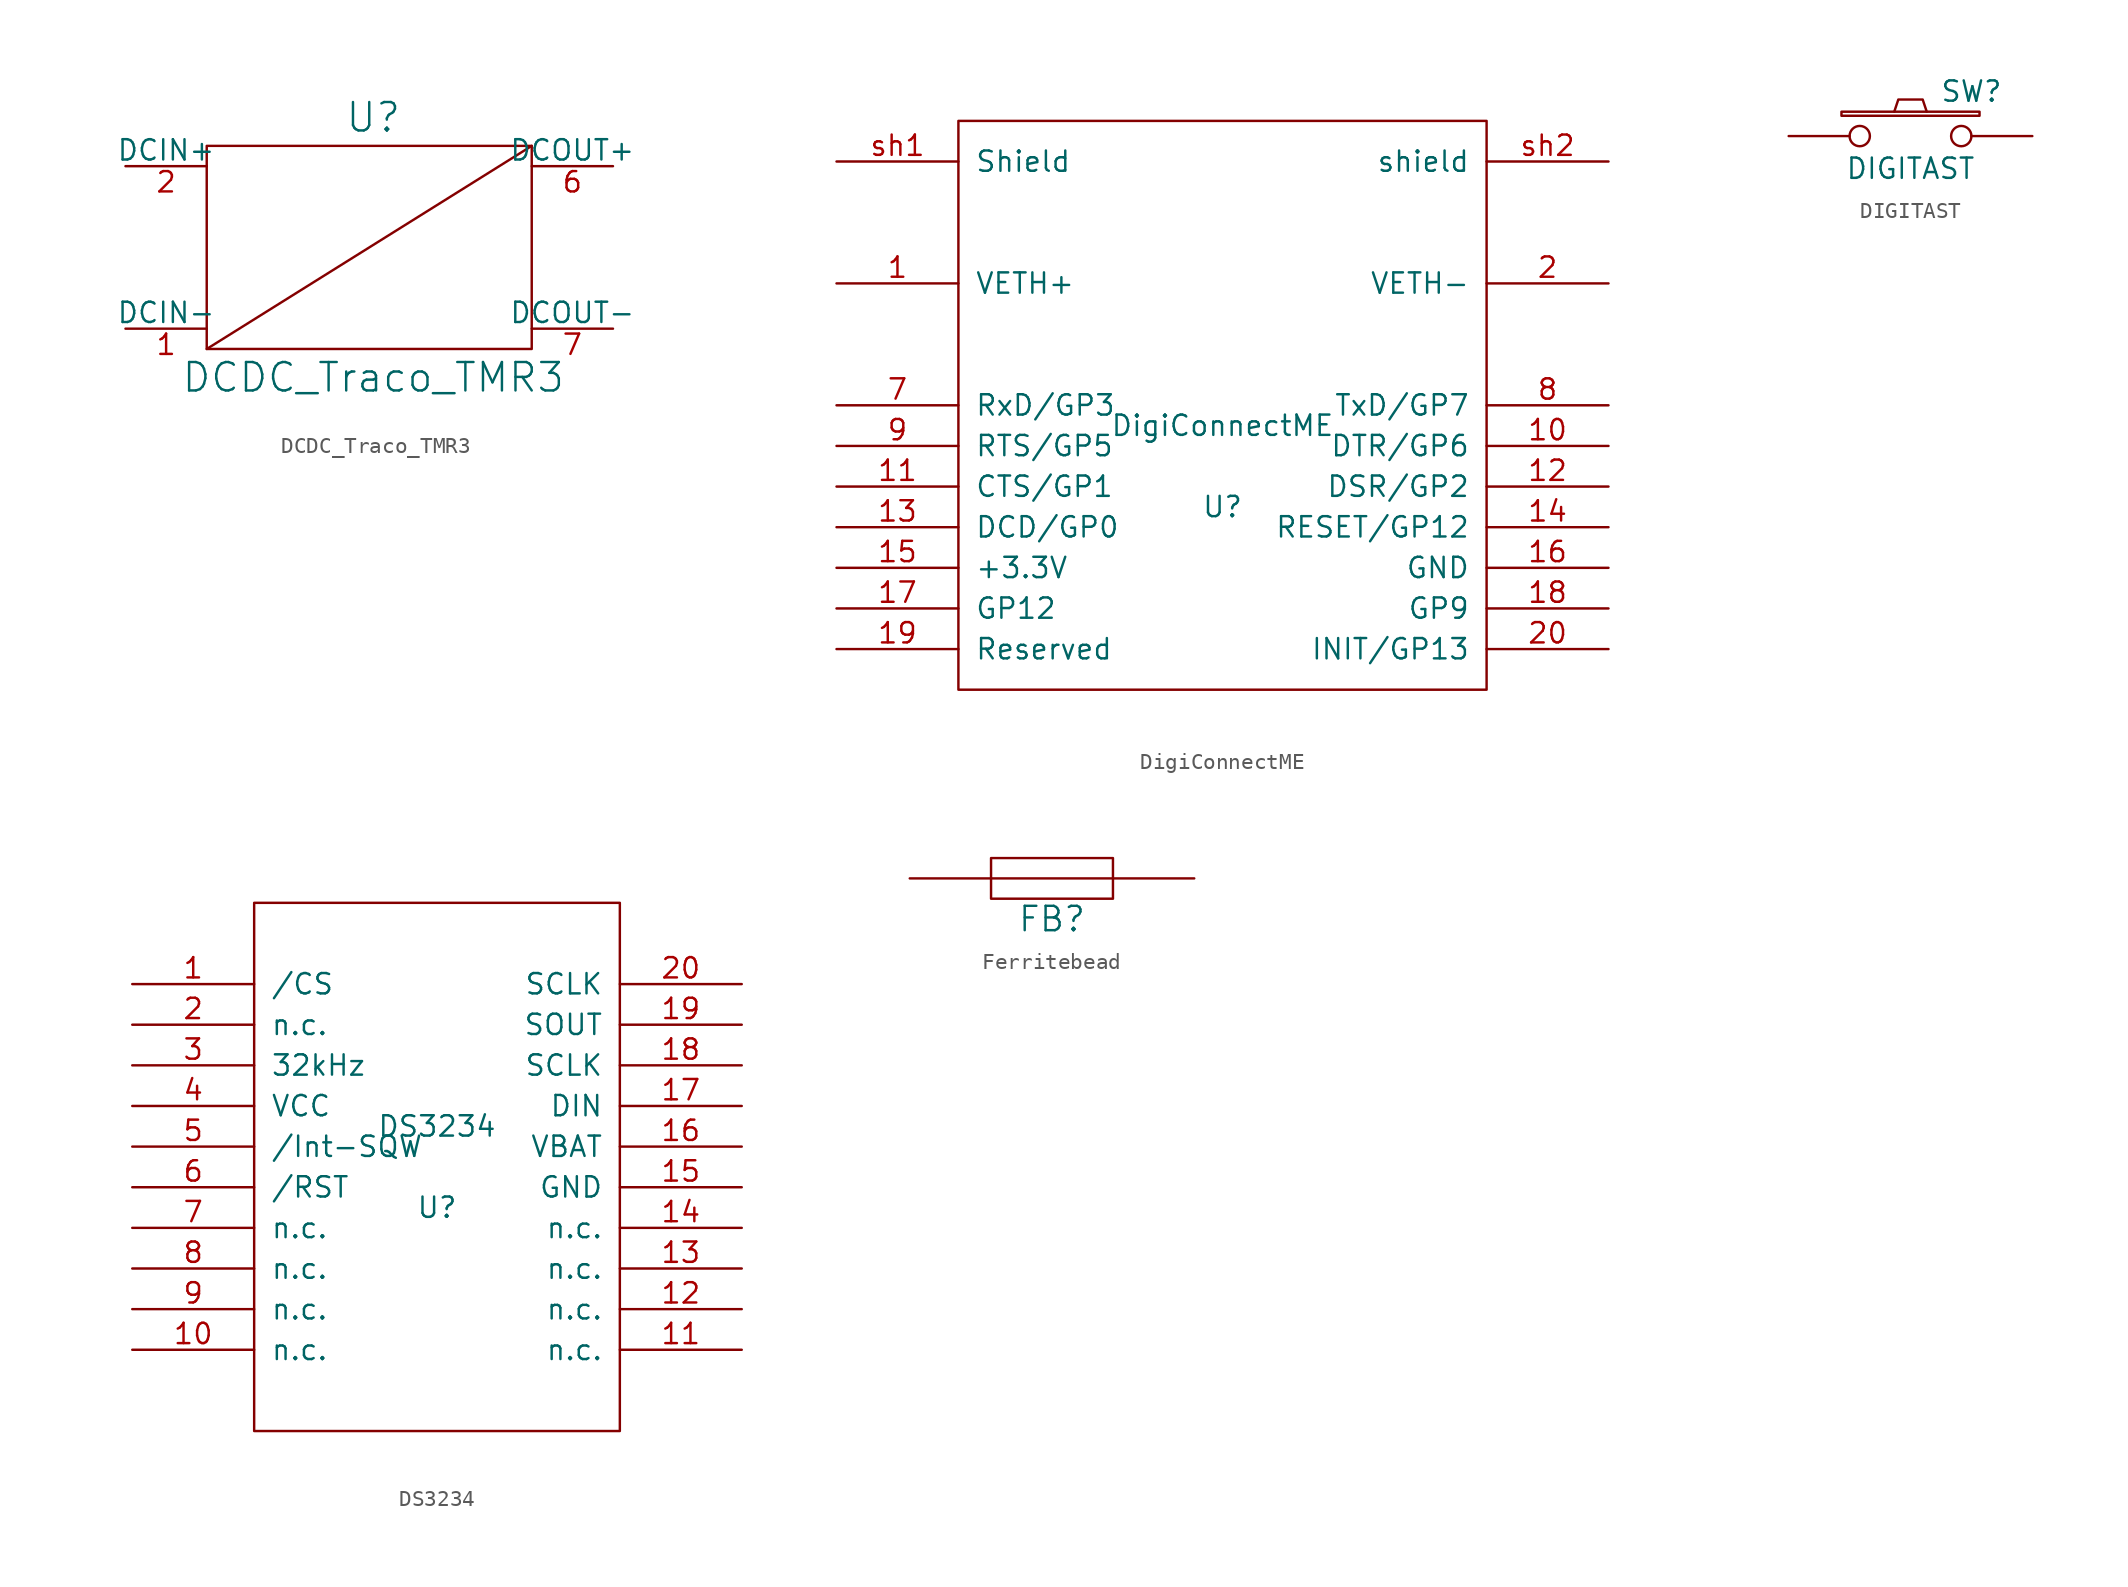
<source format=kicad_sym>
(kicad_symbol_lib
  (version 20220914)
  (generator kicad_symbol_editor)
  (symbol "DCDC_Traco_TMR3"
    (pin_names
      (offset 0))
    (property "Reference" "U"
      (at 0.254 8.128 0)
      (effects (font (size 1.778 1.778))))
    (property "Value" "DCDC_Traco_TMR3"
      (at 0.254 -8.128 0)
      (effects (font (size 1.778 1.778))))
    (symbol "DCDC_Traco_TMR3_0_0"
      (polyline (pts (xy -10.16 -6.35) (xy 10.16 6.35)) (stroke (width 0) (type solid)) (fill (type none))))
    (symbol "DCDC_Traco_TMR3_0_1"
      (rectangle (start -10.16 6.35) (end 10.16 -6.35) (stroke (width 0) (type solid)) (fill (type none))))
    (symbol "DCDC_Traco_TMR3_1_1"
      (pin power_in line (at -15.24 -5.08 0) (length 5.08) (name "DCIN-" (effects (font (size 1.27 1.27)))) (number "1" (effects (font (size 1.27 1.27)))))
      (pin power_in line (at -15.24 5.08 0) (length 5.08) (name "DCIN+" (effects (font (size 1.27 1.27)))) (number "2" (effects (font (size 1.27 1.27)))))
      (pin power_out line (at 15.24 5.08 180) (length 5.08) (name "DCOUT+" (effects (font (size 1.27 1.27)))) (number "6" (effects (font (size 1.27 1.27)))))
      (pin power_out line (at 15.24 -5.08 180) (length 5.08) (name "DCOUT-" (effects (font (size 1.27 1.27)))) (number "7" (effects (font (size 1.27 1.27)))))))
  (symbol "DigiConnectME"
    (pin_names
      (offset 1.016))
    (property "Reference" "U"
      (at 0 -2.54 0)
      (effects (font (size 1.27 1.27))))
    (property "Value" "DigiConnectME"
      (at 0 2.54 0)
      (effects (font (size 1.27 1.27))))
    (symbol "DigiConnectME_0_1"
      (rectangle (start -16.51 21.59) (end 16.51 -13.97) (stroke (width 0) (type solid)) (fill (type none))))
    (symbol "DigiConnectME_1_1"
      (pin power_out line (at -24.13 11.43 0) (length 7.62) (name "VETH+" (effects (font (size 1.27 1.27)))) (number "1" (effects (font (size 1.27 1.27)))))
      (pin bidirectional line (at 24.13 1.27 180) (length 7.62) (name "DTR/GP6" (effects (font (size 1.27 1.27)))) (number "10" (effects (font (size 1.27 1.27)))))
      (pin bidirectional line (at -24.13 -1.27 0) (length 7.62) (name "CTS/GP1" (effects (font (size 1.27 1.27)))) (number "11" (effects (font (size 1.27 1.27)))))
      (pin bidirectional line (at 24.13 -1.27 180) (length 7.62) (name "DSR/GP2" (effects (font (size 1.27 1.27)))) (number "12" (effects (font (size 1.27 1.27)))))
      (pin bidirectional line (at -24.13 -3.81 0) (length 7.62) (name "DCD/GP0" (effects (font (size 1.27 1.27)))) (number "13" (effects (font (size 1.27 1.27)))))
      (pin input line (at 24.13 -3.81 180) (length 7.62) (name "RESET/GP12" (effects (font (size 1.27 1.27)))) (number "14" (effects (font (size 1.27 1.27)))))
      (pin power_in line (at -24.13 -6.35 0) (length 7.62) (name "+3.3V" (effects (font (size 1.27 1.27)))) (number "15" (effects (font (size 1.27 1.27)))))
      (pin power_in line (at 24.13 -6.35 180) (length 7.62) (name "GND" (effects (font (size 1.27 1.27)))) (number "16" (effects (font (size 1.27 1.27)))))
      (pin bidirectional line (at -24.13 -8.89 0) (length 7.62) (name "GP12" (effects (font (size 1.27 1.27)))) (number "17" (effects (font (size 1.27 1.27)))))
      (pin bidirectional line (at 24.13 -8.89 180) (length 7.62) (name "GP9" (effects (font (size 1.27 1.27)))) (number "18" (effects (font (size 1.27 1.27)))))
      (pin unspecified line (at -24.13 -11.43 0) (length 7.62) (name "Reserved" (effects (font (size 1.27 1.27)))) (number "19" (effects (font (size 1.27 1.27)))))
      (pin power_out line (at 24.13 11.43 180) (length 7.62) (name "VETH-" (effects (font (size 1.27 1.27)))) (number "2" (effects (font (size 1.27 1.27)))))
      (pin bidirectional line (at 24.13 -11.43 180) (length 7.62) (name "INIT/GP13" (effects (font (size 1.27 1.27)))) (number "20" (effects (font (size 1.27 1.27)))))
      (pin bidirectional line (at -24.13 3.81 0) (length 7.62) (name "RxD/GP3" (effects (font (size 1.27 1.27)))) (number "7" (effects (font (size 1.27 1.27)))))
      (pin bidirectional line (at 24.13 3.81 180) (length 7.62) (name "TxD/GP7" (effects (font (size 1.27 1.27)))) (number "8" (effects (font (size 1.27 1.27)))))
      (pin bidirectional line (at -24.13 1.27 0) (length 7.62) (name "RTS/GP5" (effects (font (size 1.27 1.27)))) (number "9" (effects (font (size 1.27 1.27)))))
      (pin input line (at -24.13 19.05 0) (length 7.62) (name "Shield" (effects (font (size 1.27 1.27)))) (number "sh1" (effects (font (size 1.27 1.27)))))
      (pin input line (at 24.13 19.05 180) (length 7.62) (name "shield" (effects (font (size 1.27 1.27)))) (number "sh2" (effects (font (size 1.27 1.27)))))))
  (symbol "DIGITAST"
    (pin_numbers hide)
    (pin_names
      (offset 1.016) hide)
    (property "Reference" "SW"
      (at 3.81 2.794 0)
      (effects (font (size 1.27 1.27))))
    (property "Value" "DIGITAST"
      (at 0 -2.032 0)
      (effects (font (size 1.27 1.27))))
    (symbol "DIGITAST_0_1"
      (rectangle (start -4.318 1.27) (end 4.318 1.524) (stroke (width 0) (type solid)) (fill (type none)))
      (polyline (pts (xy -1.016 1.524) (xy -0.762 2.286) (xy 0.762 2.286) (xy 1.016 1.524)) (stroke (width 0) (type solid)) (fill (type none)))
      (pin passive inverted (at -7.62 0 0) (length 5.08) (name "1" (effects (font (size 1.524 1.524)))) (number "NO1" (effects (font (size 1.524 1.524)))))
      (pin passive inverted (at 7.62 0 180) (length 5.08) (name "NO2" (effects (font (size 1.524 1.524)))) (number "NO2" (effects (font (size 1.524 1.524)))))))
  (symbol "DS3234"
    (pin_names
      (offset 1.016))
    (property "Reference" "U"
      (at 0 -2.54 0)
      (effects (font (size 1.27 1.27))))
    (property "Value" "DS3234"
      (at 0 2.54 0)
      (effects (font (size 1.27 1.27))))
    (symbol "DS3234_1_0"
      (rectangle (start -11.43 -16.51) (end 11.43 16.51) (stroke (width 0) (type solid)) (fill (type none))))
    (symbol "DS3234_1_1"
      (pin input line (at -19.05 11.43 0) (length 7.62) (name "/CS" (effects (font (size 1.27 1.27)))) (number "1" (effects (font (size 1.27 1.27)))))
      (pin input line (at -19.05 -11.43 0) (length 7.62) (name "n.c." (effects (font (size 1.27 1.27)))) (number "10" (effects (font (size 1.27 1.27)))))
      (pin input line (at 19.05 -11.43 180) (length 7.62) (name "n.c." (effects (font (size 1.27 1.27)))) (number "11" (effects (font (size 1.27 1.27)))))
      (pin input line (at 19.05 -8.89 180) (length 7.62) (name "n.c." (effects (font (size 1.27 1.27)))) (number "12" (effects (font (size 1.27 1.27)))))
      (pin input line (at 19.05 -6.35 180) (length 7.62) (name "n.c." (effects (font (size 1.27 1.27)))) (number "13" (effects (font (size 1.27 1.27)))))
      (pin input line (at 19.05 -3.81 180) (length 7.62) (name "n.c." (effects (font (size 1.27 1.27)))) (number "14" (effects (font (size 1.27 1.27)))))
      (pin input line (at 19.05 -1.27 180) (length 7.62) (name "GND" (effects (font (size 1.27 1.27)))) (number "15" (effects (font (size 1.27 1.27)))))
      (pin input line (at 19.05 1.27 180) (length 7.62) (name "VBAT" (effects (font (size 1.27 1.27)))) (number "16" (effects (font (size 1.27 1.27)))))
      (pin input line (at 19.05 3.81 180) (length 7.62) (name "DIN" (effects (font (size 1.27 1.27)))) (number "17" (effects (font (size 1.27 1.27)))))
      (pin input line (at 19.05 6.35 180) (length 7.62) (name "SCLK" (effects (font (size 1.27 1.27)))) (number "18" (effects (font (size 1.27 1.27)))))
      (pin input line (at 19.05 8.89 180) (length 7.62) (name "SOUT" (effects (font (size 1.27 1.27)))) (number "19" (effects (font (size 1.27 1.27)))))
      (pin input line (at -19.05 8.89 0) (length 7.62) (name "n.c." (effects (font (size 1.27 1.27)))) (number "2" (effects (font (size 1.27 1.27)))))
      (pin input line (at 19.05 11.43 180) (length 7.62) (name "SCLK" (effects (font (size 1.27 1.27)))) (number "20" (effects (font (size 1.27 1.27)))))
      (pin input line (at -19.05 6.35 0) (length 7.62) (name "32kHz" (effects (font (size 1.27 1.27)))) (number "3" (effects (font (size 1.27 1.27)))))
      (pin input line (at -19.05 3.81 0) (length 7.62) (name "VCC" (effects (font (size 1.27 1.27)))) (number "4" (effects (font (size 1.27 1.27)))))
      (pin input line (at -19.05 1.27 0) (length 7.62) (name "/Int-SQW" (effects (font (size 1.27 1.27)))) (number "5" (effects (font (size 1.27 1.27)))))
      (pin input line (at -19.05 -1.27 0) (length 7.62) (name "/RST" (effects (font (size 1.27 1.27)))) (number "6" (effects (font (size 1.27 1.27)))))
      (pin input line (at -19.05 -3.81 0) (length 7.62) (name "n.c." (effects (font (size 1.27 1.27)))) (number "7" (effects (font (size 1.27 1.27)))))
      (pin input line (at -19.05 -6.35 0) (length 7.62) (name "n.c." (effects (font (size 1.27 1.27)))) (number "8" (effects (font (size 1.27 1.27)))))
      (pin input line (at -19.05 -8.89 0) (length 7.62) (name "n.c." (effects (font (size 1.27 1.27)))) (number "9" (effects (font (size 1.27 1.27)))))))
  (symbol "Ferritebead"
    (pin_numbers hide)
    (pin_names
      (offset 0) hide)
    (property "Reference" "FB"
      (at 0 -2.54 0)
      (effects (font (size 1.524 1.524))))
    (symbol "Ferritebead_0_1"
      (rectangle (start -3.81 1.27) (end 3.81 -1.27) (stroke (width 0) (type solid)) (fill (type none)))
      (polyline (pts (xy -3.81 0) (xy 3.81 0)) (stroke (width 0) (type solid)) (fill (type none))))
    (symbol "Ferritebead_1_1"
      (pin passive line (at 8.89 0 180) (length 5.08) (name "1" (effects (font (size 1.27 1.27)))) (number "1" (effects (font (size 1.27 1.27)))))
      (pin passive line (at -8.89 0 0) (length 5.08) (name "2" (effects (font (size 1.27 1.27)))) (number "2" (effects (font (size 1.27 1.27))))))))
</source>
